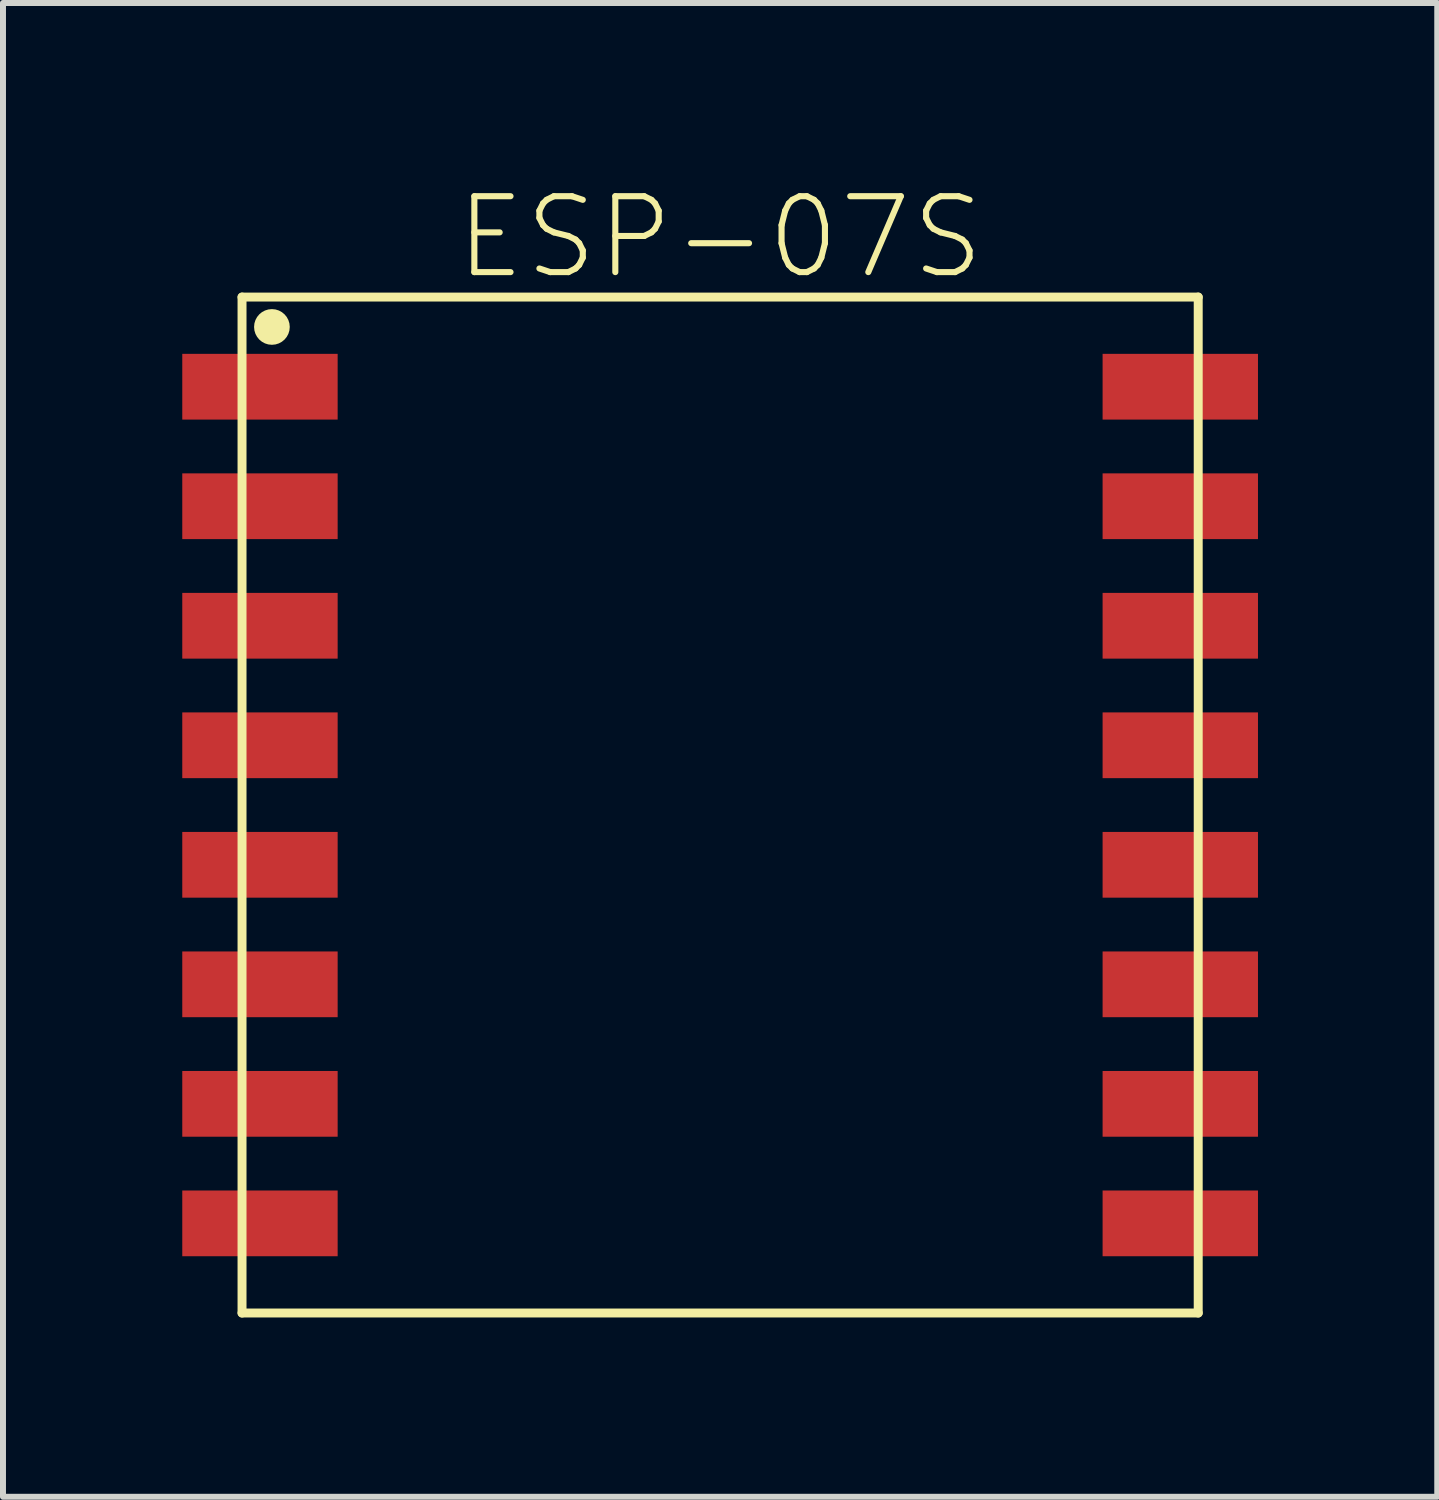
<source format=kicad_pcb>
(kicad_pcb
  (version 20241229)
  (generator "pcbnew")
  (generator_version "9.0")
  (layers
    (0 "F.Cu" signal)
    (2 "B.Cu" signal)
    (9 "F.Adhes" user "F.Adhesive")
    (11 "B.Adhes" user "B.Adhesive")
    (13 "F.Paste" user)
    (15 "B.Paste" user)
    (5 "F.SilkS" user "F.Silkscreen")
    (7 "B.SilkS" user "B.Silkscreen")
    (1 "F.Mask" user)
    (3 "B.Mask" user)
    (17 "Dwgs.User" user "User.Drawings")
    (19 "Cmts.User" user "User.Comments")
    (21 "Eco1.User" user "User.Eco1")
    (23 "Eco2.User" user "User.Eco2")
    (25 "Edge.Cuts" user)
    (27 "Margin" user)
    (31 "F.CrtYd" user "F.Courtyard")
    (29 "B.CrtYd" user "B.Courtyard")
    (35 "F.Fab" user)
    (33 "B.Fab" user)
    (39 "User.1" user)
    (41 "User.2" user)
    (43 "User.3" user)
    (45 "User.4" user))
  (footprint "ESP-07S"
    (layer "F.Cu")
    (at 9 10.421)
    (property "Reference" "ESP-07S" (at 0 -9.5 0) (layer "F.SilkS") (effects (font (size 1.27 1.27) (thickness 0.102))))
    (attr smd)
    (fp_line (start -8 -8.5) (end 8 -8.5) (stroke (width 0.15) (type solid)) (layer "F.SilkS"))
    (fp_line (start -8 8.5) (end -8 -8.5) (stroke (width 0.15) (type solid)) (layer "F.SilkS"))
    (fp_line (start 8 -8.5) (end 8 8.5) (stroke (width 0.15) (type solid)) (layer "F.SilkS"))
    (fp_line (start 8 8.5) (end -8 8.5) (stroke (width 0.15) (type solid)) (layer "F.SilkS"))
    (fp_circle (center -7.6 -8) (end -7.5 -8) (stroke (width 0.15) (type solid)) (fill no) (layer "F.SilkS"))
    (fp_circle (center -7.5 -8) (end -7.4 -8) (stroke (width 0.15) (type solid)) (fill no) (layer "F.SilkS"))
    (fp_circle (center -7.5 -8) (end -7.3 -8.1) (stroke (width 0.15) (type solid)) (fill no) (layer "F.SilkS"))
    (pad "1" smd rect (at -7.7 -7) (size 2.6 1.1) (layers "F.Cu" "F.Mask" "F.Paste"))
    (pad "2" smd rect (at -7.7 -5) (size 2.6 1.1) (layers "F.Cu" "F.Mask" "F.Paste"))
    (pad "3" smd rect (at -7.7 -3) (size 2.6 1.1) (layers "F.Cu" "F.Mask" "F.Paste"))
    (pad "4" smd rect (at -7.7 -1) (size 2.6 1.1) (layers "F.Cu" "F.Mask" "F.Paste"))
    (pad "5" smd rect (at -7.7 1) (size 2.6 1.1) (layers "F.Cu" "F.Mask" "F.Paste"))
    (pad "6" smd rect (at -7.7 3) (size 2.6 1.1) (layers "F.Cu" "F.Mask" "F.Paste"))
    (pad "7" smd rect (at -7.7 5) (size 2.6 1.1) (layers "F.Cu" "F.Mask" "F.Paste"))
    (pad "8" smd rect (at -7.7 7) (size 2.6 1.1) (layers "F.Cu" "F.Mask" "F.Paste"))
    (pad "9" smd rect (at 7.7 7) (size 2.6 1.1) (layers "F.Cu" "F.Mask" "F.Paste"))
    (pad "10" smd rect (at 7.7 5) (size 2.6 1.1) (layers "F.Cu" "F.Mask" "F.Paste"))
    (pad "11" smd rect (at 7.7 3) (size 2.6 1.1) (layers "F.Cu" "F.Mask" "F.Paste"))
    (pad "12" smd rect (at 7.7 1) (size 2.6 1.1) (layers "F.Cu" "F.Mask" "F.Paste"))
    (pad "13" smd rect (at 7.7 -1) (size 2.6 1.1) (layers "F.Cu" "F.Mask" "F.Paste"))
    (pad "14" smd rect (at 7.7 -3) (size 2.6 1.1) (layers "F.Cu" "F.Mask" "F.Paste"))
    (pad "15" smd rect (at 7.7 -5) (size 2.6 1.1) (layers "F.Cu" "F.Mask" "F.Paste"))
    (pad "16" smd rect (at 7.7 -7) (size 2.6 1.1) (layers "F.Cu" "F.Mask" "F.Paste")))
  (gr_rect
    (start -3 -3)
    (end 21 21.996)
    (stroke (width 0.1) (type default))
    (fill no)
    (layer "Edge.Cuts")))
</source>
